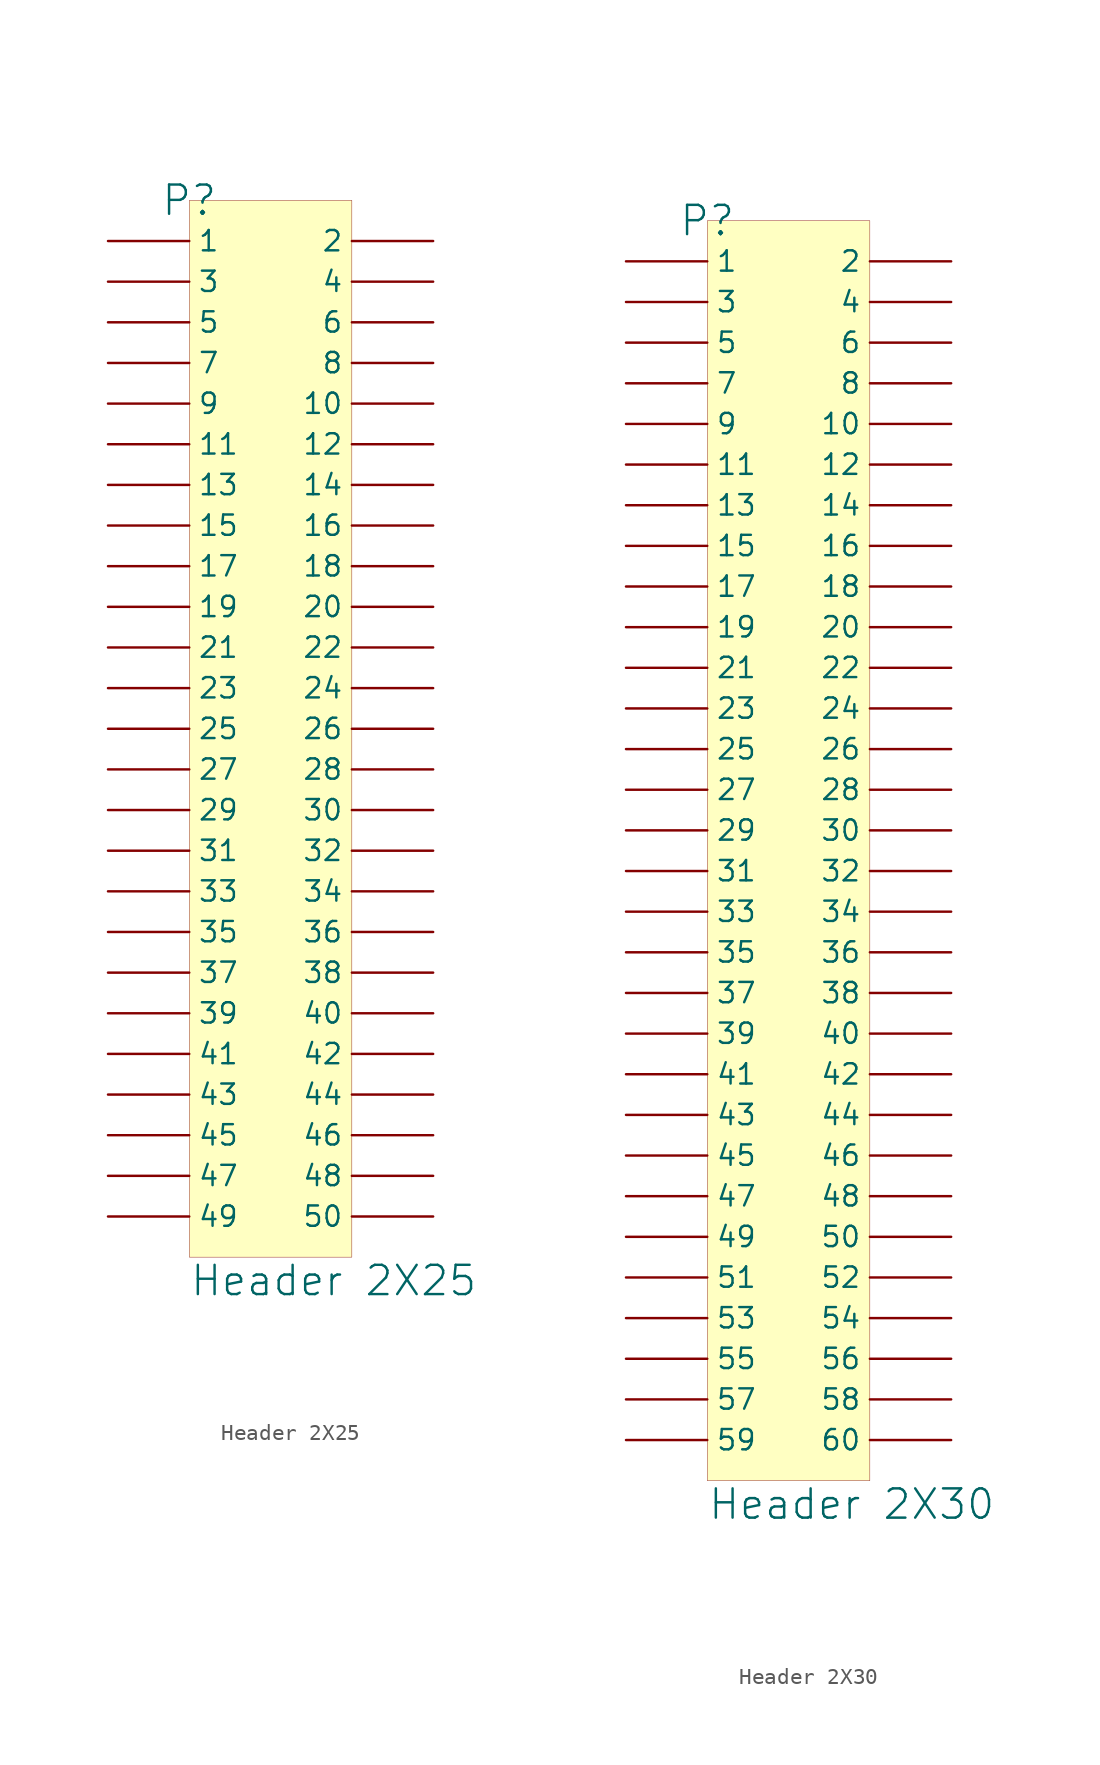
<source format=kicad_sym>
(kicad_symbol_lib
  (version 20241209)
  (generator "kicad_symbol_editor")
  (generator_version "9.0")
  (symbol "Header 2X25"
    (pin_numbers
      (hide yes))
    (property "Reference" "P"
      (at 0 0 0)
      (effects (font (size 1.829 1.829))))
    (property "Value" "Header 2X25"
      (at 0 -68.58 0)
      (effects (font (size 1.829 1.829)) (justify left bottom)))
    (symbol "Header 2X25_1_0"
      (rectangle (start 10.16 0) (end 0 -66.04) (stroke (width 0.025) (type solid) (color 128 0 0 1)) (fill (type background)))
      (pin passive line (at -5.08 -2.54 0) (length 5.08) (name "1" (effects (font (size 1.27 1.27)))) (number "1" (effects (font (size 1.27 1.27)))))
      (pin passive line (at -5.08 -5.08 0) (length 5.08) (name "3" (effects (font (size 1.27 1.27)))) (number "3" (effects (font (size 1.27 1.27)))))
      (pin passive line (at -5.08 -7.62 0) (length 5.08) (name "5" (effects (font (size 1.27 1.27)))) (number "5" (effects (font (size 1.27 1.27)))))
      (pin passive line (at -5.08 -10.16 0) (length 5.08) (name "7" (effects (font (size 1.27 1.27)))) (number "7" (effects (font (size 1.27 1.27)))))
      (pin passive line (at -5.08 -12.7 0) (length 5.08) (name "9" (effects (font (size 1.27 1.27)))) (number "9" (effects (font (size 1.27 1.27)))))
      (pin passive line (at -5.08 -15.24 0) (length 5.08) (name "11" (effects (font (size 1.27 1.27)))) (number "11" (effects (font (size 1.27 1.27)))))
      (pin passive line (at -5.08 -17.78 0) (length 5.08) (name "13" (effects (font (size 1.27 1.27)))) (number "13" (effects (font (size 1.27 1.27)))))
      (pin passive line (at -5.08 -20.32 0) (length 5.08) (name "15" (effects (font (size 1.27 1.27)))) (number "15" (effects (font (size 1.27 1.27)))))
      (pin passive line (at -5.08 -22.86 0) (length 5.08) (name "17" (effects (font (size 1.27 1.27)))) (number "17" (effects (font (size 1.27 1.27)))))
      (pin passive line (at -5.08 -25.4 0) (length 5.08) (name "19" (effects (font (size 1.27 1.27)))) (number "19" (effects (font (size 1.27 1.27)))))
      (pin passive line (at -5.08 -27.94 0) (length 5.08) (name "21" (effects (font (size 1.27 1.27)))) (number "21" (effects (font (size 1.27 1.27)))))
      (pin passive line (at -5.08 -30.48 0) (length 5.08) (name "23" (effects (font (size 1.27 1.27)))) (number "23" (effects (font (size 1.27 1.27)))))
      (pin passive line (at -5.08 -33.02 0) (length 5.08) (name "25" (effects (font (size 1.27 1.27)))) (number "25" (effects (font (size 1.27 1.27)))))
      (pin passive line (at -5.08 -35.56 0) (length 5.08) (name "27" (effects (font (size 1.27 1.27)))) (number "27" (effects (font (size 1.27 1.27)))))
      (pin passive line (at -5.08 -38.1 0) (length 5.08) (name "29" (effects (font (size 1.27 1.27)))) (number "29" (effects (font (size 1.27 1.27)))))
      (pin passive line (at -5.08 -40.64 0) (length 5.08) (name "31" (effects (font (size 1.27 1.27)))) (number "31" (effects (font (size 1.27 1.27)))))
      (pin passive line (at -5.08 -43.18 0) (length 5.08) (name "33" (effects (font (size 1.27 1.27)))) (number "33" (effects (font (size 1.27 1.27)))))
      (pin passive line (at -5.08 -45.72 0) (length 5.08) (name "35" (effects (font (size 1.27 1.27)))) (number "35" (effects (font (size 1.27 1.27)))))
      (pin passive line (at -5.08 -48.26 0) (length 5.08) (name "37" (effects (font (size 1.27 1.27)))) (number "37" (effects (font (size 1.27 1.27)))))
      (pin passive line (at -5.08 -50.8 0) (length 5.08) (name "39" (effects (font (size 1.27 1.27)))) (number "39" (effects (font (size 1.27 1.27)))))
      (pin passive line (at -5.08 -53.34 0) (length 5.08) (name "41" (effects (font (size 1.27 1.27)))) (number "41" (effects (font (size 1.27 1.27)))))
      (pin passive line (at -5.08 -55.88 0) (length 5.08) (name "43" (effects (font (size 1.27 1.27)))) (number "43" (effects (font (size 1.27 1.27)))))
      (pin passive line (at -5.08 -58.42 0) (length 5.08) (name "45" (effects (font (size 1.27 1.27)))) (number "45" (effects (font (size 1.27 1.27)))))
      (pin passive line (at -5.08 -60.96 0) (length 5.08) (name "47" (effects (font (size 1.27 1.27)))) (number "47" (effects (font (size 1.27 1.27)))))
      (pin passive line (at -5.08 -63.5 0) (length 5.08) (name "49" (effects (font (size 1.27 1.27)))) (number "49" (effects (font (size 1.27 1.27)))))
      (pin passive line (at 15.24 -2.54 180) (length 5.08) (name "2" (effects (font (size 1.27 1.27)))) (number "2" (effects (font (size 1.27 1.27)))))
      (pin passive line (at 15.24 -5.08 180) (length 5.08) (name "4" (effects (font (size 1.27 1.27)))) (number "4" (effects (font (size 1.27 1.27)))))
      (pin passive line (at 15.24 -7.62 180) (length 5.08) (name "6" (effects (font (size 1.27 1.27)))) (number "6" (effects (font (size 1.27 1.27)))))
      (pin passive line (at 15.24 -10.16 180) (length 5.08) (name "8" (effects (font (size 1.27 1.27)))) (number "8" (effects (font (size 1.27 1.27)))))
      (pin passive line (at 15.24 -12.7 180) (length 5.08) (name "10" (effects (font (size 1.27 1.27)))) (number "10" (effects (font (size 1.27 1.27)))))
      (pin passive line (at 15.24 -15.24 180) (length 5.08) (name "12" (effects (font (size 1.27 1.27)))) (number "12" (effects (font (size 1.27 1.27)))))
      (pin passive line (at 15.24 -17.78 180) (length 5.08) (name "14" (effects (font (size 1.27 1.27)))) (number "14" (effects (font (size 1.27 1.27)))))
      (pin passive line (at 15.24 -20.32 180) (length 5.08) (name "16" (effects (font (size 1.27 1.27)))) (number "16" (effects (font (size 1.27 1.27)))))
      (pin passive line (at 15.24 -22.86 180) (length 5.08) (name "18" (effects (font (size 1.27 1.27)))) (number "18" (effects (font (size 1.27 1.27)))))
      (pin passive line (at 15.24 -25.4 180) (length 5.08) (name "20" (effects (font (size 1.27 1.27)))) (number "20" (effects (font (size 1.27 1.27)))))
      (pin passive line (at 15.24 -27.94 180) (length 5.08) (name "22" (effects (font (size 1.27 1.27)))) (number "22" (effects (font (size 1.27 1.27)))))
      (pin passive line (at 15.24 -30.48 180) (length 5.08) (name "24" (effects (font (size 1.27 1.27)))) (number "24" (effects (font (size 1.27 1.27)))))
      (pin passive line (at 15.24 -33.02 180) (length 5.08) (name "26" (effects (font (size 1.27 1.27)))) (number "26" (effects (font (size 1.27 1.27)))))
      (pin passive line (at 15.24 -35.56 180) (length 5.08) (name "28" (effects (font (size 1.27 1.27)))) (number "28" (effects (font (size 1.27 1.27)))))
      (pin passive line (at 15.24 -38.1 180) (length 5.08) (name "30" (effects (font (size 1.27 1.27)))) (number "30" (effects (font (size 1.27 1.27)))))
      (pin passive line (at 15.24 -40.64 180) (length 5.08) (name "32" (effects (font (size 1.27 1.27)))) (number "32" (effects (font (size 1.27 1.27)))))
      (pin passive line (at 15.24 -43.18 180) (length 5.08) (name "34" (effects (font (size 1.27 1.27)))) (number "34" (effects (font (size 1.27 1.27)))))
      (pin passive line (at 15.24 -45.72 180) (length 5.08) (name "36" (effects (font (size 1.27 1.27)))) (number "36" (effects (font (size 1.27 1.27)))))
      (pin passive line (at 15.24 -48.26 180) (length 5.08) (name "38" (effects (font (size 1.27 1.27)))) (number "38" (effects (font (size 1.27 1.27)))))
      (pin passive line (at 15.24 -50.8 180) (length 5.08) (name "40" (effects (font (size 1.27 1.27)))) (number "40" (effects (font (size 1.27 1.27)))))
      (pin passive line (at 15.24 -53.34 180) (length 5.08) (name "42" (effects (font (size 1.27 1.27)))) (number "42" (effects (font (size 1.27 1.27)))))
      (pin passive line (at 15.24 -55.88 180) (length 5.08) (name "44" (effects (font (size 1.27 1.27)))) (number "44" (effects (font (size 1.27 1.27)))))
      (pin passive line (at 15.24 -58.42 180) (length 5.08) (name "46" (effects (font (size 1.27 1.27)))) (number "46" (effects (font (size 1.27 1.27)))))
      (pin passive line (at 15.24 -60.96 180) (length 5.08) (name "48" (effects (font (size 1.27 1.27)))) (number "48" (effects (font (size 1.27 1.27)))))
      (pin passive line (at 15.24 -63.5 180) (length 5.08) (name "50" (effects (font (size 1.27 1.27)))) (number "50" (effects (font (size 1.27 1.27)))))))
  (symbol "Header 2X30"
    (pin_numbers
      (hide yes))
    (property "Reference" "P"
      (at 0 0 0)
      (effects (font (size 1.829 1.829))))
    (property "Value" "Header 2X30"
      (at 0 -81.28 0)
      (effects (font (size 1.829 1.829)) (justify left bottom)))
    (symbol "Header 2X30_1_0"
      (rectangle (start 10.16 0) (end 0 -78.74) (stroke (width 0.025) (type solid) (color 128 0 0 1)) (fill (type background)))
      (pin passive line (at -5.08 -2.54 0) (length 5.08) (name "1" (effects (font (size 1.27 1.27)))) (number "1" (effects (font (size 1.27 1.27)))))
      (pin passive line (at -5.08 -5.08 0) (length 5.08) (name "3" (effects (font (size 1.27 1.27)))) (number "3" (effects (font (size 1.27 1.27)))))
      (pin passive line (at -5.08 -7.62 0) (length 5.08) (name "5" (effects (font (size 1.27 1.27)))) (number "5" (effects (font (size 1.27 1.27)))))
      (pin passive line (at -5.08 -10.16 0) (length 5.08) (name "7" (effects (font (size 1.27 1.27)))) (number "7" (effects (font (size 1.27 1.27)))))
      (pin passive line (at -5.08 -12.7 0) (length 5.08) (name "9" (effects (font (size 1.27 1.27)))) (number "9" (effects (font (size 1.27 1.27)))))
      (pin passive line (at -5.08 -15.24 0) (length 5.08) (name "11" (effects (font (size 1.27 1.27)))) (number "11" (effects (font (size 1.27 1.27)))))
      (pin passive line (at -5.08 -17.78 0) (length 5.08) (name "13" (effects (font (size 1.27 1.27)))) (number "13" (effects (font (size 1.27 1.27)))))
      (pin passive line (at -5.08 -20.32 0) (length 5.08) (name "15" (effects (font (size 1.27 1.27)))) (number "15" (effects (font (size 1.27 1.27)))))
      (pin passive line (at -5.08 -22.86 0) (length 5.08) (name "17" (effects (font (size 1.27 1.27)))) (number "17" (effects (font (size 1.27 1.27)))))
      (pin passive line (at -5.08 -25.4 0) (length 5.08) (name "19" (effects (font (size 1.27 1.27)))) (number "19" (effects (font (size 1.27 1.27)))))
      (pin passive line (at -5.08 -27.94 0) (length 5.08) (name "21" (effects (font (size 1.27 1.27)))) (number "21" (effects (font (size 1.27 1.27)))))
      (pin passive line (at -5.08 -30.48 0) (length 5.08) (name "23" (effects (font (size 1.27 1.27)))) (number "23" (effects (font (size 1.27 1.27)))))
      (pin passive line (at -5.08 -33.02 0) (length 5.08) (name "25" (effects (font (size 1.27 1.27)))) (number "25" (effects (font (size 1.27 1.27)))))
      (pin passive line (at -5.08 -35.56 0) (length 5.08) (name "27" (effects (font (size 1.27 1.27)))) (number "27" (effects (font (size 1.27 1.27)))))
      (pin passive line (at -5.08 -38.1 0) (length 5.08) (name "29" (effects (font (size 1.27 1.27)))) (number "29" (effects (font (size 1.27 1.27)))))
      (pin passive line (at -5.08 -40.64 0) (length 5.08) (name "31" (effects (font (size 1.27 1.27)))) (number "31" (effects (font (size 1.27 1.27)))))
      (pin passive line (at -5.08 -43.18 0) (length 5.08) (name "33" (effects (font (size 1.27 1.27)))) (number "33" (effects (font (size 1.27 1.27)))))
      (pin passive line (at -5.08 -45.72 0) (length 5.08) (name "35" (effects (font (size 1.27 1.27)))) (number "35" (effects (font (size 1.27 1.27)))))
      (pin passive line (at -5.08 -48.26 0) (length 5.08) (name "37" (effects (font (size 1.27 1.27)))) (number "37" (effects (font (size 1.27 1.27)))))
      (pin passive line (at -5.08 -50.8 0) (length 5.08) (name "39" (effects (font (size 1.27 1.27)))) (number "39" (effects (font (size 1.27 1.27)))))
      (pin passive line (at -5.08 -53.34 0) (length 5.08) (name "41" (effects (font (size 1.27 1.27)))) (number "41" (effects (font (size 1.27 1.27)))))
      (pin passive line (at -5.08 -55.88 0) (length 5.08) (name "43" (effects (font (size 1.27 1.27)))) (number "43" (effects (font (size 1.27 1.27)))))
      (pin passive line (at -5.08 -58.42 0) (length 5.08) (name "45" (effects (font (size 1.27 1.27)))) (number "45" (effects (font (size 1.27 1.27)))))
      (pin passive line (at -5.08 -60.96 0) (length 5.08) (name "47" (effects (font (size 1.27 1.27)))) (number "47" (effects (font (size 1.27 1.27)))))
      (pin passive line (at -5.08 -63.5 0) (length 5.08) (name "49" (effects (font (size 1.27 1.27)))) (number "49" (effects (font (size 1.27 1.27)))))
      (pin passive line (at -5.08 -66.04 0) (length 5.08) (name "51" (effects (font (size 1.27 1.27)))) (number "51" (effects (font (size 1.27 1.27)))))
      (pin passive line (at -5.08 -68.58 0) (length 5.08) (name "53" (effects (font (size 1.27 1.27)))) (number "53" (effects (font (size 1.27 1.27)))))
      (pin passive line (at -5.08 -71.12 0) (length 5.08) (name "55" (effects (font (size 1.27 1.27)))) (number "55" (effects (font (size 1.27 1.27)))))
      (pin passive line (at -5.08 -73.66 0) (length 5.08) (name "57" (effects (font (size 1.27 1.27)))) (number "57" (effects (font (size 1.27 1.27)))))
      (pin passive line (at -5.08 -76.2 0) (length 5.08) (name "59" (effects (font (size 1.27 1.27)))) (number "59" (effects (font (size 1.27 1.27)))))
      (pin passive line (at 15.24 -2.54 180) (length 5.08) (name "2" (effects (font (size 1.27 1.27)))) (number "2" (effects (font (size 1.27 1.27)))))
      (pin passive line (at 15.24 -5.08 180) (length 5.08) (name "4" (effects (font (size 1.27 1.27)))) (number "4" (effects (font (size 1.27 1.27)))))
      (pin passive line (at 15.24 -7.62 180) (length 5.08) (name "6" (effects (font (size 1.27 1.27)))) (number "6" (effects (font (size 1.27 1.27)))))
      (pin passive line (at 15.24 -10.16 180) (length 5.08) (name "8" (effects (font (size 1.27 1.27)))) (number "8" (effects (font (size 1.27 1.27)))))
      (pin passive line (at 15.24 -12.7 180) (length 5.08) (name "10" (effects (font (size 1.27 1.27)))) (number "10" (effects (font (size 1.27 1.27)))))
      (pin passive line (at 15.24 -15.24 180) (length 5.08) (name "12" (effects (font (size 1.27 1.27)))) (number "12" (effects (font (size 1.27 1.27)))))
      (pin passive line (at 15.24 -17.78 180) (length 5.08) (name "14" (effects (font (size 1.27 1.27)))) (number "14" (effects (font (size 1.27 1.27)))))
      (pin passive line (at 15.24 -20.32 180) (length 5.08) (name "16" (effects (font (size 1.27 1.27)))) (number "16" (effects (font (size 1.27 1.27)))))
      (pin passive line (at 15.24 -22.86 180) (length 5.08) (name "18" (effects (font (size 1.27 1.27)))) (number "18" (effects (font (size 1.27 1.27)))))
      (pin passive line (at 15.24 -25.4 180) (length 5.08) (name "20" (effects (font (size 1.27 1.27)))) (number "20" (effects (font (size 1.27 1.27)))))
      (pin passive line (at 15.24 -27.94 180) (length 5.08) (name "22" (effects (font (size 1.27 1.27)))) (number "22" (effects (font (size 1.27 1.27)))))
      (pin passive line (at 15.24 -30.48 180) (length 5.08) (name "24" (effects (font (size 1.27 1.27)))) (number "24" (effects (font (size 1.27 1.27)))))
      (pin passive line (at 15.24 -33.02 180) (length 5.08) (name "26" (effects (font (size 1.27 1.27)))) (number "26" (effects (font (size 1.27 1.27)))))
      (pin passive line (at 15.24 -35.56 180) (length 5.08) (name "28" (effects (font (size 1.27 1.27)))) (number "28" (effects (font (size 1.27 1.27)))))
      (pin passive line (at 15.24 -38.1 180) (length 5.08) (name "30" (effects (font (size 1.27 1.27)))) (number "30" (effects (font (size 1.27 1.27)))))
      (pin passive line (at 15.24 -40.64 180) (length 5.08) (name "32" (effects (font (size 1.27 1.27)))) (number "32" (effects (font (size 1.27 1.27)))))
      (pin passive line (at 15.24 -43.18 180) (length 5.08) (name "34" (effects (font (size 1.27 1.27)))) (number "34" (effects (font (size 1.27 1.27)))))
      (pin passive line (at 15.24 -45.72 180) (length 5.08) (name "36" (effects (font (size 1.27 1.27)))) (number "36" (effects (font (size 1.27 1.27)))))
      (pin passive line (at 15.24 -48.26 180) (length 5.08) (name "38" (effects (font (size 1.27 1.27)))) (number "38" (effects (font (size 1.27 1.27)))))
      (pin passive line (at 15.24 -50.8 180) (length 5.08) (name "40" (effects (font (size 1.27 1.27)))) (number "40" (effects (font (size 1.27 1.27)))))
      (pin passive line (at 15.24 -53.34 180) (length 5.08) (name "42" (effects (font (size 1.27 1.27)))) (number "42" (effects (font (size 1.27 1.27)))))
      (pin passive line (at 15.24 -55.88 180) (length 5.08) (name "44" (effects (font (size 1.27 1.27)))) (number "44" (effects (font (size 1.27 1.27)))))
      (pin passive line (at 15.24 -58.42 180) (length 5.08) (name "46" (effects (font (size 1.27 1.27)))) (number "46" (effects (font (size 1.27 1.27)))))
      (pin passive line (at 15.24 -60.96 180) (length 5.08) (name "48" (effects (font (size 1.27 1.27)))) (number "48" (effects (font (size 1.27 1.27)))))
      (pin passive line (at 15.24 -63.5 180) (length 5.08) (name "50" (effects (font (size 1.27 1.27)))) (number "50" (effects (font (size 1.27 1.27)))))
      (pin passive line (at 15.24 -66.04 180) (length 5.08) (name "52" (effects (font (size 1.27 1.27)))) (number "52" (effects (font (size 1.27 1.27)))))
      (pin passive line (at 15.24 -68.58 180) (length 5.08) (name "54" (effects (font (size 1.27 1.27)))) (number "54" (effects (font (size 1.27 1.27)))))
      (pin passive line (at 15.24 -71.12 180) (length 5.08) (name "56" (effects (font (size 1.27 1.27)))) (number "56" (effects (font (size 1.27 1.27)))))
      (pin passive line (at 15.24 -73.66 180) (length 5.08) (name "58" (effects (font (size 1.27 1.27)))) (number "58" (effects (font (size 1.27 1.27)))))
      (pin passive line (at 15.24 -76.2 180) (length 5.08) (name "60" (effects (font (size 1.27 1.27)))) (number "60" (effects (font (size 1.27 1.27))))))))
</source>
